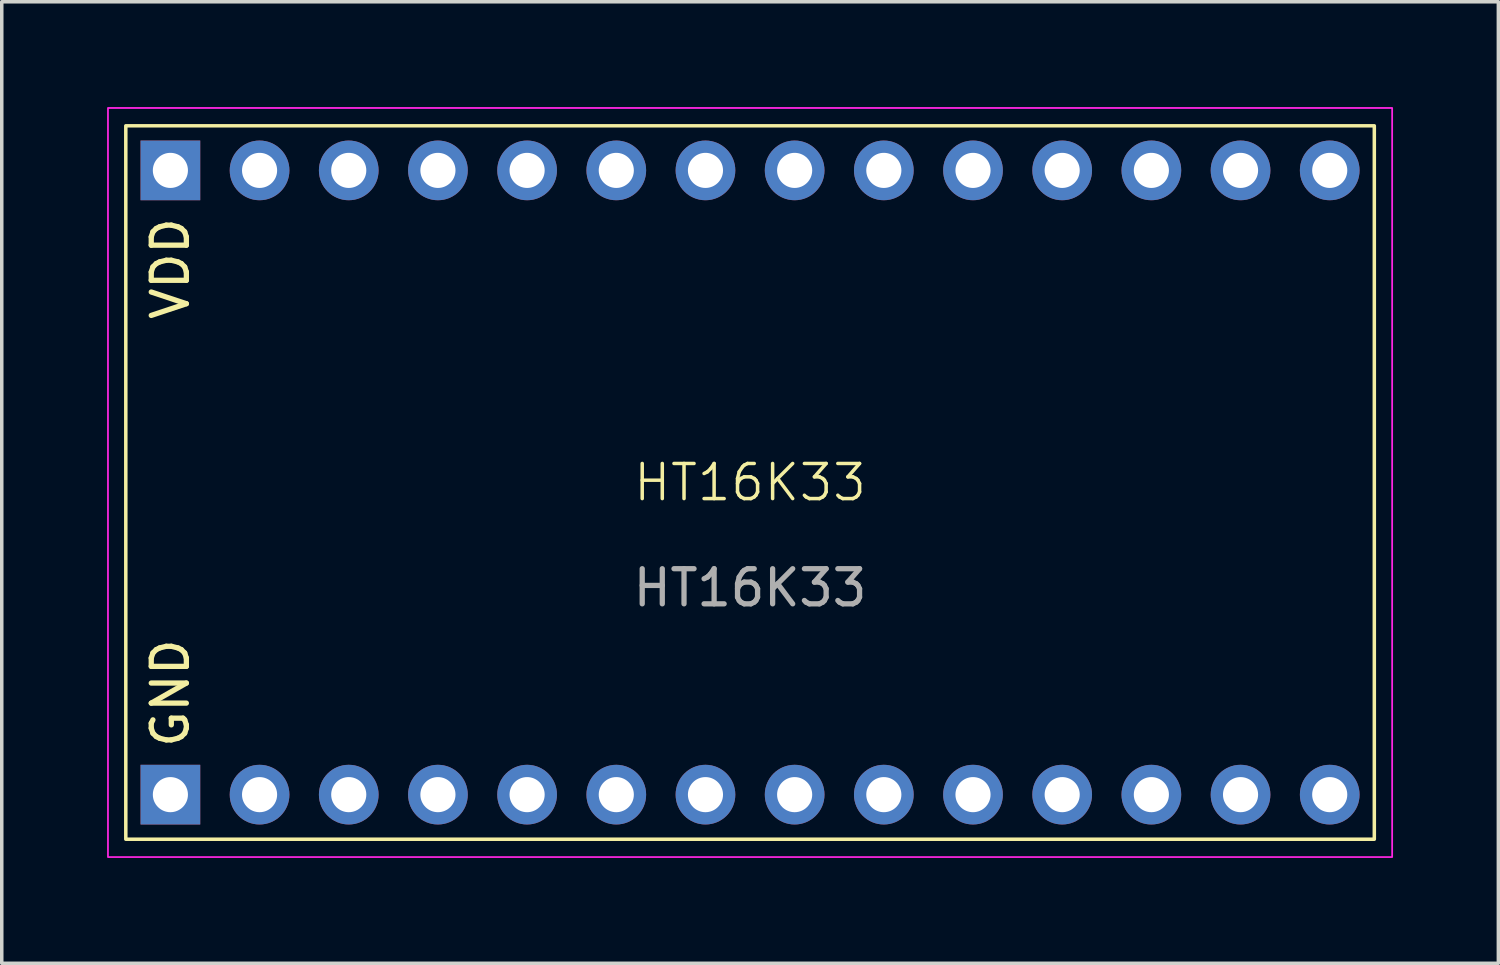
<source format=kicad_pcb>
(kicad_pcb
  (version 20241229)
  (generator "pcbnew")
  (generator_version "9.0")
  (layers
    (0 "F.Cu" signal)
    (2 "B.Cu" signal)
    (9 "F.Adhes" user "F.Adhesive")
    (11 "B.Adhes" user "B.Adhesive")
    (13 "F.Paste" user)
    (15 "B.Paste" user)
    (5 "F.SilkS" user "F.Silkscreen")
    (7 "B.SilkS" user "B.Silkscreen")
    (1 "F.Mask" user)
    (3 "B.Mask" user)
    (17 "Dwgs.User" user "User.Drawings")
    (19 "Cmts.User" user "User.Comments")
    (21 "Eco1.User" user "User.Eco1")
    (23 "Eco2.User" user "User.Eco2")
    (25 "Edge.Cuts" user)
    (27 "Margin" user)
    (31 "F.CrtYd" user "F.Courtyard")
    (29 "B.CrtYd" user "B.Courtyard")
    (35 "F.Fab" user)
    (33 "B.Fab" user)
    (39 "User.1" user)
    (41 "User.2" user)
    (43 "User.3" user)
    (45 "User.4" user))
  (footprint "HT16K33"
    (layer "F.Cu")
    (at 1.803 19.583)
    (property "Reference" "HT16K33" (at 16.51 -8.89 0) (unlocked yes) (layer "F.SilkS") (effects (font (size 1 1) (thickness 0.1))))
    (attr through_hole)
    (fp_rect (start -1.27 -19.05) (end 34.29 1.27) (stroke (width 0.1) (type default)) (fill no) (layer "F.SilkS"))
    (fp_rect (start -1.778 -19.558) (end 34.798 1.778) (stroke (width 0.05) (type default)) (fill no) (layer "F.CrtYd"))
    (fp_text user "GND" (at 0 -1.27 90) (unlocked yes) (layer "F.SilkS") (effects (font (size 1 1) (thickness 0.15)) (justify left)))
    (fp_text user "VDD" (at 0 -16.51 90) (unlocked yes) (layer "F.SilkS") (effects (font (size 1 1) (thickness 0.15)) (justify right)))
    (fp_text user "${REFERENCE}" (at 16.51 -5.89 0) (unlocked yes) (layer "F.Fab") (effects (font (size 1 1) (thickness 0.15))))
    (pad "1" thru_hole rect (at 0 0 90) (size 1.7 1.7) (drill 1) (layers "*.Cu" "*.Mask"))
    (pad "2" thru_hole circle (at 2.54 0 90) (size 1.7 1.7) (drill 1) (layers "*.Cu" "*.Mask"))
    (pad "3" thru_hole circle (at 5.08 0 90) (size 1.7 1.7) (drill 1) (layers "*.Cu" "*.Mask"))
    (pad "4" thru_hole circle (at 7.62 0 90) (size 1.7 1.7) (drill 1) (layers "*.Cu" "*.Mask"))
    (pad "5" thru_hole circle (at 10.16 0 90) (size 1.7 1.7) (drill 1) (layers "*.Cu" "*.Mask"))
    (pad "6" thru_hole circle (at 12.7 0 90) (size 1.7 1.7) (drill 1) (layers "*.Cu" "*.Mask"))
    (pad "7" thru_hole circle (at 15.24 0 90) (size 1.7 1.7) (drill 1) (layers "*.Cu" "*.Mask"))
    (pad "8" thru_hole circle (at 17.78 0 90) (size 1.7 1.7) (drill 1) (layers "*.Cu" "*.Mask"))
    (pad "9" thru_hole circle (at 20.32 0 90) (size 1.7 1.7) (drill 1) (layers "*.Cu" "*.Mask"))
    (pad "10" thru_hole circle (at 22.86 0 90) (size 1.7 1.7) (drill 1) (layers "*.Cu" "*.Mask"))
    (pad "11" thru_hole circle (at 25.4 0 90) (size 1.7 1.7) (drill 1) (layers "*.Cu" "*.Mask"))
    (pad "12" thru_hole circle (at 27.94 0 90) (size 1.7 1.7) (drill 1) (layers "*.Cu" "*.Mask"))
    (pad "13" thru_hole circle (at 30.48 0 90) (size 1.7 1.7) (drill 1) (layers "*.Cu" "*.Mask"))
    (pad "14" thru_hole circle (at 33.02 0 90) (size 1.7 1.7) (drill 1) (layers "*.Cu" "*.Mask"))
    (pad "15" thru_hole circle (at 33.02 -17.78 90) (size 1.7 1.7) (drill 1) (layers "*.Cu" "*.Mask"))
    (pad "16" thru_hole circle (at 30.48 -17.78 90) (size 1.7 1.7) (drill 1) (layers "*.Cu" "*.Mask"))
    (pad "17" thru_hole circle (at 27.94 -17.78 90) (size 1.7 1.7) (drill 1) (layers "*.Cu" "*.Mask"))
    (pad "18" thru_hole circle (at 25.4 -17.78 90) (size 1.7 1.7) (drill 1) (layers "*.Cu" "*.Mask"))
    (pad "19" thru_hole circle (at 22.86 -17.78 90) (size 1.7 1.7) (drill 1) (layers "*.Cu" "*.Mask"))
    (pad "20" thru_hole circle (at 20.32 -17.78 90) (size 1.7 1.7) (drill 1) (layers "*.Cu" "*.Mask"))
    (pad "21" thru_hole circle (at 17.78 -17.78 90) (size 1.7 1.7) (drill 1) (layers "*.Cu" "*.Mask"))
    (pad "22" thru_hole circle (at 15.24 -17.78 90) (size 1.7 1.7) (drill 1) (layers "*.Cu" "*.Mask"))
    (pad "23" thru_hole circle (at 12.7 -17.78 90) (size 1.7 1.7) (drill 1) (layers "*.Cu" "*.Mask"))
    (pad "24" thru_hole circle (at 10.16 -17.78 90) (size 1.7 1.7) (drill 1) (layers "*.Cu" "*.Mask"))
    (pad "25" thru_hole circle (at 7.62 -17.78 90) (size 1.7 1.7) (drill 1) (layers "*.Cu" "*.Mask"))
    (pad "26" thru_hole circle (at 5.08 -17.78 90) (size 1.7 1.7) (drill 1) (layers "*.Cu" "*.Mask"))
    (pad "27" thru_hole circle (at 2.54 -17.78 90) (size 1.7 1.7) (drill 1) (layers "*.Cu" "*.Mask"))
    (pad "28" thru_hole rect (at 0 -17.78 90) (size 1.7 1.7) (drill 1) (layers "*.Cu" "*.Mask")))
  (gr_rect
    (start -3 -3)
    (end 39.626 24.386)
    (stroke (width 0.1) (type default))
    (fill no)
    (layer "Edge.Cuts")))
</source>
